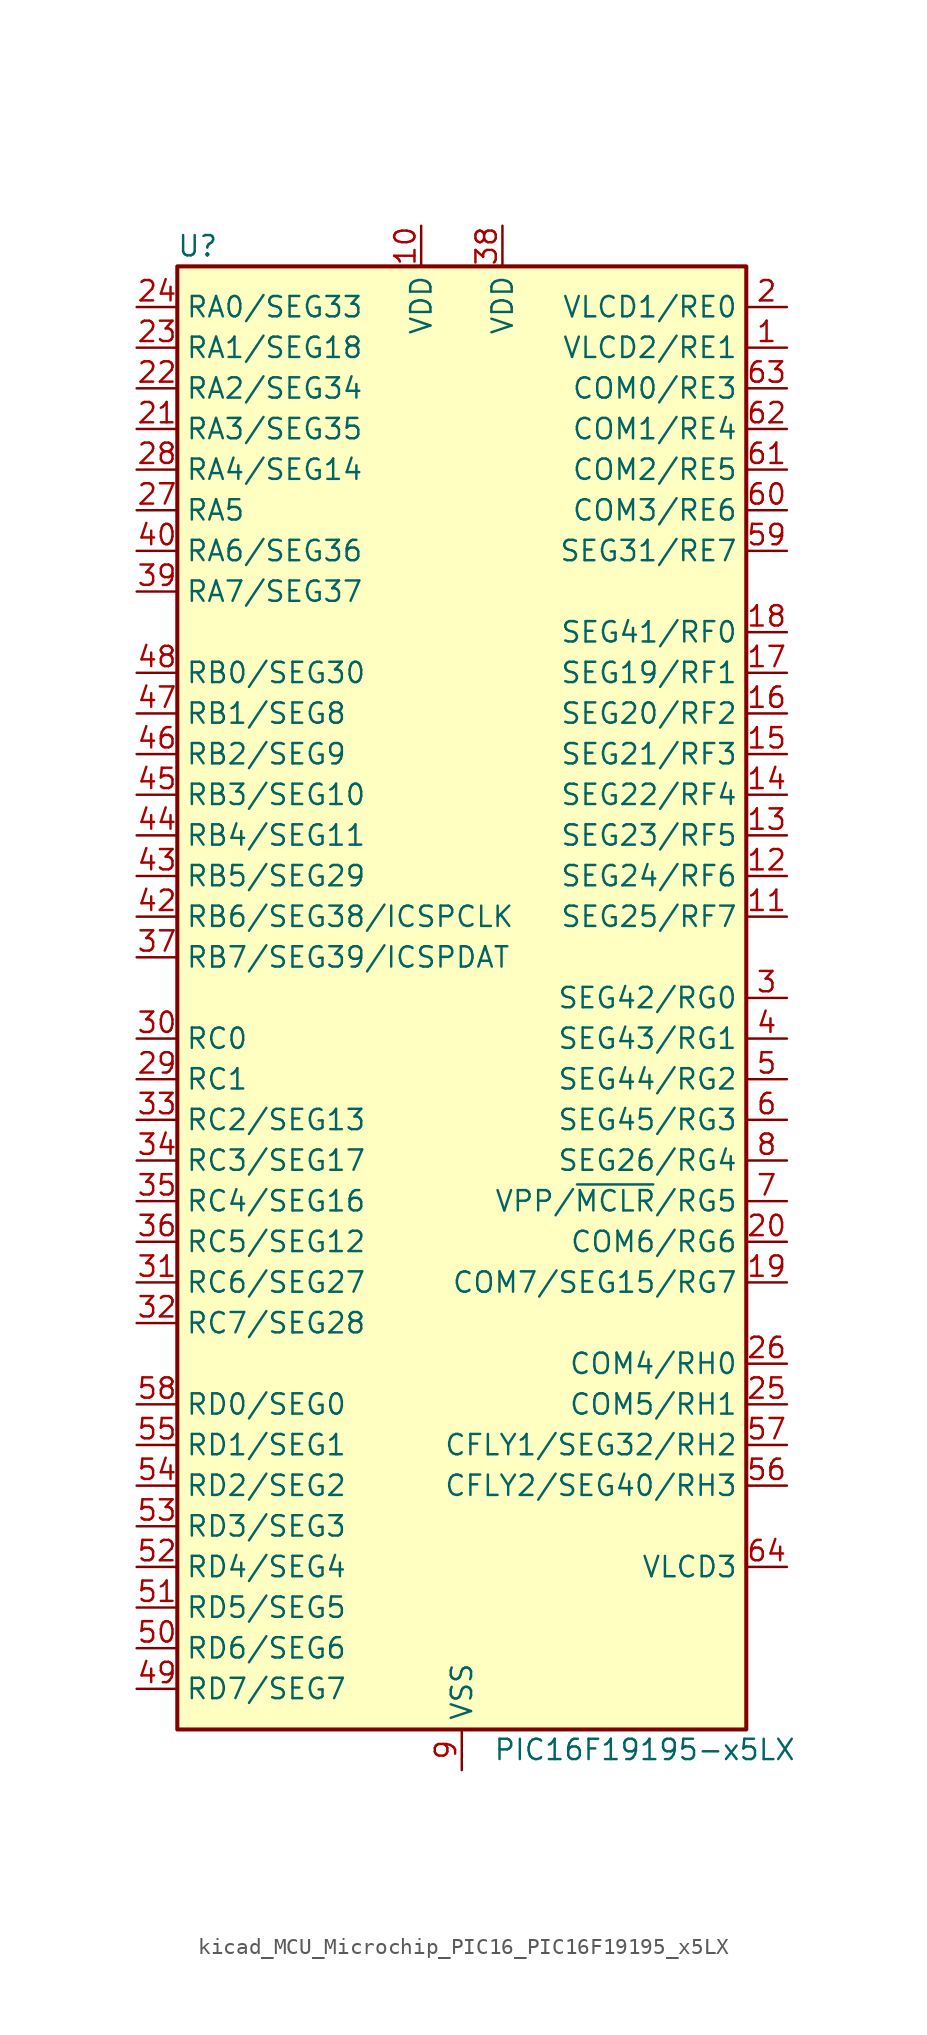
<source format=kicad_sym>
(kicad_symbol_lib
  (version 20220914)
  (generator kicad_symbol_editor)
  (symbol "kicad_MCU_Microchip_PIC16_PIC16F19195_x5LX"
    (property "Reference" "U"
      (at -16.51 46.99 0)
      (effects (font (size 1.27 1.27))))
    (property "Value" "PIC16F19195-x5LX"
      (at 11.43 -46.99 0)
      (effects (font (size 1.27 1.27))))
    (symbol "kicad_MCU_Microchip_PIC16_PIC16F19195_x5LX_0_1"
      (rectangle (start -17.78 45.72) (end 17.78 -45.72) (stroke (width 0.254) (type default)) (fill (type background))))
    (symbol "kicad_MCU_Microchip_PIC16_PIC16F19195_x5LX_1_1"
      (pin bidirectional line (at 20.32 40.64 180) (length 2.54) (name "VLCD2/RE1" (effects (font (size 1.27 1.27)))) (number "1" (effects (font (size 1.27 1.27)))))
      (pin power_in line (at -2.54 48.26 270) (length 2.54) (name "VDD" (effects (font (size 1.27 1.27)))) (number "10" (effects (font (size 1.27 1.27)))))
      (pin bidirectional line (at 20.32 5.08 180) (length 2.54) (name "SEG25/RF7" (effects (font (size 1.27 1.27)))) (number "11" (effects (font (size 1.27 1.27)))))
      (pin bidirectional line (at 20.32 7.62 180) (length 2.54) (name "SEG24/RF6" (effects (font (size 1.27 1.27)))) (number "12" (effects (font (size 1.27 1.27)))))
      (pin bidirectional line (at 20.32 10.16 180) (length 2.54) (name "SEG23/RF5" (effects (font (size 1.27 1.27)))) (number "13" (effects (font (size 1.27 1.27)))))
      (pin bidirectional line (at 20.32 12.7 180) (length 2.54) (name "SEG22/RF4" (effects (font (size 1.27 1.27)))) (number "14" (effects (font (size 1.27 1.27)))))
      (pin bidirectional line (at 20.32 15.24 180) (length 2.54) (name "SEG21/RF3" (effects (font (size 1.27 1.27)))) (number "15" (effects (font (size 1.27 1.27)))))
      (pin bidirectional line (at 20.32 17.78 180) (length 2.54) (name "SEG20/RF2" (effects (font (size 1.27 1.27)))) (number "16" (effects (font (size 1.27 1.27)))))
      (pin bidirectional line (at 20.32 20.32 180) (length 2.54) (name "SEG19/RF1" (effects (font (size 1.27 1.27)))) (number "17" (effects (font (size 1.27 1.27)))))
      (pin bidirectional line (at 20.32 22.86 180) (length 2.54) (name "SEG41/RF0" (effects (font (size 1.27 1.27)))) (number "18" (effects (font (size 1.27 1.27)))))
      (pin bidirectional line (at 20.32 -17.78 180) (length 2.54) (name "COM7/SEG15/RG7" (effects (font (size 1.27 1.27)))) (number "19" (effects (font (size 1.27 1.27)))))
      (pin bidirectional line (at 20.32 43.18 180) (length 2.54) (name "VLCD1/RE0" (effects (font (size 1.27 1.27)))) (number "2" (effects (font (size 1.27 1.27)))))
      (pin bidirectional line (at 20.32 -15.24 180) (length 2.54) (name "COM6/RG6" (effects (font (size 1.27 1.27)))) (number "20" (effects (font (size 1.27 1.27)))))
      (pin bidirectional line (at -20.32 35.56 0) (length 2.54) (name "RA3/SEG35" (effects (font (size 1.27 1.27)))) (number "21" (effects (font (size 1.27 1.27)))))
      (pin bidirectional line (at -20.32 38.1 0) (length 2.54) (name "RA2/SEG34" (effects (font (size 1.27 1.27)))) (number "22" (effects (font (size 1.27 1.27)))))
      (pin bidirectional line (at -20.32 40.64 0) (length 2.54) (name "RA1/SEG18" (effects (font (size 1.27 1.27)))) (number "23" (effects (font (size 1.27 1.27)))))
      (pin bidirectional line (at -20.32 43.18 0) (length 2.54) (name "RA0/SEG33" (effects (font (size 1.27 1.27)))) (number "24" (effects (font (size 1.27 1.27)))))
      (pin bidirectional line (at 20.32 -25.4 180) (length 2.54) (name "COM5/RH1" (effects (font (size 1.27 1.27)))) (number "25" (effects (font (size 1.27 1.27)))))
      (pin bidirectional line (at 20.32 -22.86 180) (length 2.54) (name "COM4/RH0" (effects (font (size 1.27 1.27)))) (number "26" (effects (font (size 1.27 1.27)))))
      (pin bidirectional line (at -20.32 30.48 0) (length 2.54) (name "RA5" (effects (font (size 1.27 1.27)))) (number "27" (effects (font (size 1.27 1.27)))))
      (pin bidirectional line (at -20.32 33.02 0) (length 2.54) (name "RA4/SEG14" (effects (font (size 1.27 1.27)))) (number "28" (effects (font (size 1.27 1.27)))))
      (pin bidirectional line (at -20.32 -5.08 0) (length 2.54) (name "RC1" (effects (font (size 1.27 1.27)))) (number "29" (effects (font (size 1.27 1.27)))))
      (pin bidirectional line (at 20.32 0 180) (length 2.54) (name "SEG42/RG0" (effects (font (size 1.27 1.27)))) (number "3" (effects (font (size 1.27 1.27)))))
      (pin bidirectional line (at -20.32 -2.54 0) (length 2.54) (name "RC0" (effects (font (size 1.27 1.27)))) (number "30" (effects (font (size 1.27 1.27)))))
      (pin bidirectional line (at -20.32 -17.78 0) (length 2.54) (name "RC6/SEG27" (effects (font (size 1.27 1.27)))) (number "31" (effects (font (size 1.27 1.27)))))
      (pin bidirectional line (at -20.32 -20.32 0) (length 2.54) (name "RC7/SEG28" (effects (font (size 1.27 1.27)))) (number "32" (effects (font (size 1.27 1.27)))))
      (pin bidirectional line (at -20.32 -7.62 0) (length 2.54) (name "RC2/SEG13" (effects (font (size 1.27 1.27)))) (number "33" (effects (font (size 1.27 1.27)))))
      (pin bidirectional line (at -20.32 -10.16 0) (length 2.54) (name "RC3/SEG17" (effects (font (size 1.27 1.27)))) (number "34" (effects (font (size 1.27 1.27)))))
      (pin bidirectional line (at -20.32 -12.7 0) (length 2.54) (name "RC4/SEG16" (effects (font (size 1.27 1.27)))) (number "35" (effects (font (size 1.27 1.27)))))
      (pin bidirectional line (at -20.32 -15.24 0) (length 2.54) (name "RC5/SEG12" (effects (font (size 1.27 1.27)))) (number "36" (effects (font (size 1.27 1.27)))))
      (pin bidirectional line (at -20.32 2.54 0) (length 2.54) (name "RB7/SEG39/ICSPDAT" (effects (font (size 1.27 1.27)))) (number "37" (effects (font (size 1.27 1.27)))))
      (pin power_in line (at 2.54 48.26 270) (length 2.54) (name "VDD" (effects (font (size 1.27 1.27)))) (number "38" (effects (font (size 1.27 1.27)))))
      (pin bidirectional line (at -20.32 25.4 0) (length 2.54) (name "RA7/SEG37" (effects (font (size 1.27 1.27)))) (number "39" (effects (font (size 1.27 1.27)))))
      (pin bidirectional line (at 20.32 -2.54 180) (length 2.54) (name "SEG43/RG1" (effects (font (size 1.27 1.27)))) (number "4" (effects (font (size 1.27 1.27)))))
      (pin bidirectional line (at -20.32 27.94 0) (length 2.54) (name "RA6/SEG36" (effects (font (size 1.27 1.27)))) (number "40" (effects (font (size 1.27 1.27)))))
      (pin passive line (at 0 -48.26 90) (length 2.54) hide (name "VSS" (effects (font (size 1.27 1.27)))) (number "41" (effects (font (size 1.27 1.27)))))
      (pin bidirectional line (at -20.32 5.08 0) (length 2.54) (name "RB6/SEG38/ICSPCLK" (effects (font (size 1.27 1.27)))) (number "42" (effects (font (size 1.27 1.27)))))
      (pin bidirectional line (at -20.32 7.62 0) (length 2.54) (name "RB5/SEG29" (effects (font (size 1.27 1.27)))) (number "43" (effects (font (size 1.27 1.27)))))
      (pin bidirectional line (at -20.32 10.16 0) (length 2.54) (name "RB4/SEG11" (effects (font (size 1.27 1.27)))) (number "44" (effects (font (size 1.27 1.27)))))
      (pin bidirectional line (at -20.32 12.7 0) (length 2.54) (name "RB3/SEG10" (effects (font (size 1.27 1.27)))) (number "45" (effects (font (size 1.27 1.27)))))
      (pin bidirectional line (at -20.32 15.24 0) (length 2.54) (name "RB2/SEG9" (effects (font (size 1.27 1.27)))) (number "46" (effects (font (size 1.27 1.27)))))
      (pin bidirectional line (at -20.32 17.78 0) (length 2.54) (name "RB1/SEG8" (effects (font (size 1.27 1.27)))) (number "47" (effects (font (size 1.27 1.27)))))
      (pin bidirectional line (at -20.32 20.32 0) (length 2.54) (name "RB0/SEG30" (effects (font (size 1.27 1.27)))) (number "48" (effects (font (size 1.27 1.27)))))
      (pin bidirectional line (at -20.32 -43.18 0) (length 2.54) (name "RD7/SEG7" (effects (font (size 1.27 1.27)))) (number "49" (effects (font (size 1.27 1.27)))))
      (pin bidirectional line (at 20.32 -5.08 180) (length 2.54) (name "SEG44/RG2" (effects (font (size 1.27 1.27)))) (number "5" (effects (font (size 1.27 1.27)))))
      (pin bidirectional line (at -20.32 -40.64 0) (length 2.54) (name "RD6/SEG6" (effects (font (size 1.27 1.27)))) (number "50" (effects (font (size 1.27 1.27)))))
      (pin bidirectional line (at -20.32 -38.1 0) (length 2.54) (name "RD5/SEG5" (effects (font (size 1.27 1.27)))) (number "51" (effects (font (size 1.27 1.27)))))
      (pin bidirectional line (at -20.32 -35.56 0) (length 2.54) (name "RD4/SEG4" (effects (font (size 1.27 1.27)))) (number "52" (effects (font (size 1.27 1.27)))))
      (pin bidirectional line (at -20.32 -33.02 0) (length 2.54) (name "RD3/SEG3" (effects (font (size 1.27 1.27)))) (number "53" (effects (font (size 1.27 1.27)))))
      (pin bidirectional line (at -20.32 -30.48 0) (length 2.54) (name "RD2/SEG2" (effects (font (size 1.27 1.27)))) (number "54" (effects (font (size 1.27 1.27)))))
      (pin bidirectional line (at -20.32 -27.94 0) (length 2.54) (name "RD1/SEG1" (effects (font (size 1.27 1.27)))) (number "55" (effects (font (size 1.27 1.27)))))
      (pin bidirectional line (at 20.32 -30.48 180) (length 2.54) (name "CFLY2/SEG40/RH3" (effects (font (size 1.27 1.27)))) (number "56" (effects (font (size 1.27 1.27)))))
      (pin bidirectional line (at 20.32 -27.94 180) (length 2.54) (name "CFLY1/SEG32/RH2" (effects (font (size 1.27 1.27)))) (number "57" (effects (font (size 1.27 1.27)))))
      (pin bidirectional line (at -20.32 -25.4 0) (length 2.54) (name "RD0/SEG0" (effects (font (size 1.27 1.27)))) (number "58" (effects (font (size 1.27 1.27)))))
      (pin bidirectional line (at 20.32 27.94 180) (length 2.54) (name "SEG31/RE7" (effects (font (size 1.27 1.27)))) (number "59" (effects (font (size 1.27 1.27)))))
      (pin bidirectional line (at 20.32 -7.62 180) (length 2.54) (name "SEG45/RG3" (effects (font (size 1.27 1.27)))) (number "6" (effects (font (size 1.27 1.27)))))
      (pin bidirectional line (at 20.32 30.48 180) (length 2.54) (name "COM3/RE6" (effects (font (size 1.27 1.27)))) (number "60" (effects (font (size 1.27 1.27)))))
      (pin bidirectional line (at 20.32 33.02 180) (length 2.54) (name "COM2/RE5" (effects (font (size 1.27 1.27)))) (number "61" (effects (font (size 1.27 1.27)))))
      (pin bidirectional line (at 20.32 35.56 180) (length 2.54) (name "COM1/RE4" (effects (font (size 1.27 1.27)))) (number "62" (effects (font (size 1.27 1.27)))))
      (pin bidirectional line (at 20.32 38.1 180) (length 2.54) (name "COM0/RE3" (effects (font (size 1.27 1.27)))) (number "63" (effects (font (size 1.27 1.27)))))
      (pin input line (at 20.32 -35.56 180) (length 2.54) (name "VLCD3" (effects (font (size 1.27 1.27)))) (number "64" (effects (font (size 1.27 1.27)))))
      (pin passive line (at 0 -48.26 90) (length 2.54) hide (name "VSS" (effects (font (size 1.27 1.27)))) (number "65" (effects (font (size 1.27 1.27)))))
      (pin bidirectional line (at 20.32 -12.7 180) (length 2.54) (name "VPP/~{MCLR}/RG5" (effects (font (size 1.27 1.27)))) (number "7" (effects (font (size 1.27 1.27)))))
      (pin bidirectional line (at 20.32 -10.16 180) (length 2.54) (name "SEG26/RG4" (effects (font (size 1.27 1.27)))) (number "8" (effects (font (size 1.27 1.27)))))
      (pin power_in line (at 0 -48.26 90) (length 2.54) (name "VSS" (effects (font (size 1.27 1.27)))) (number "9" (effects (font (size 1.27 1.27))))))))
</source>
